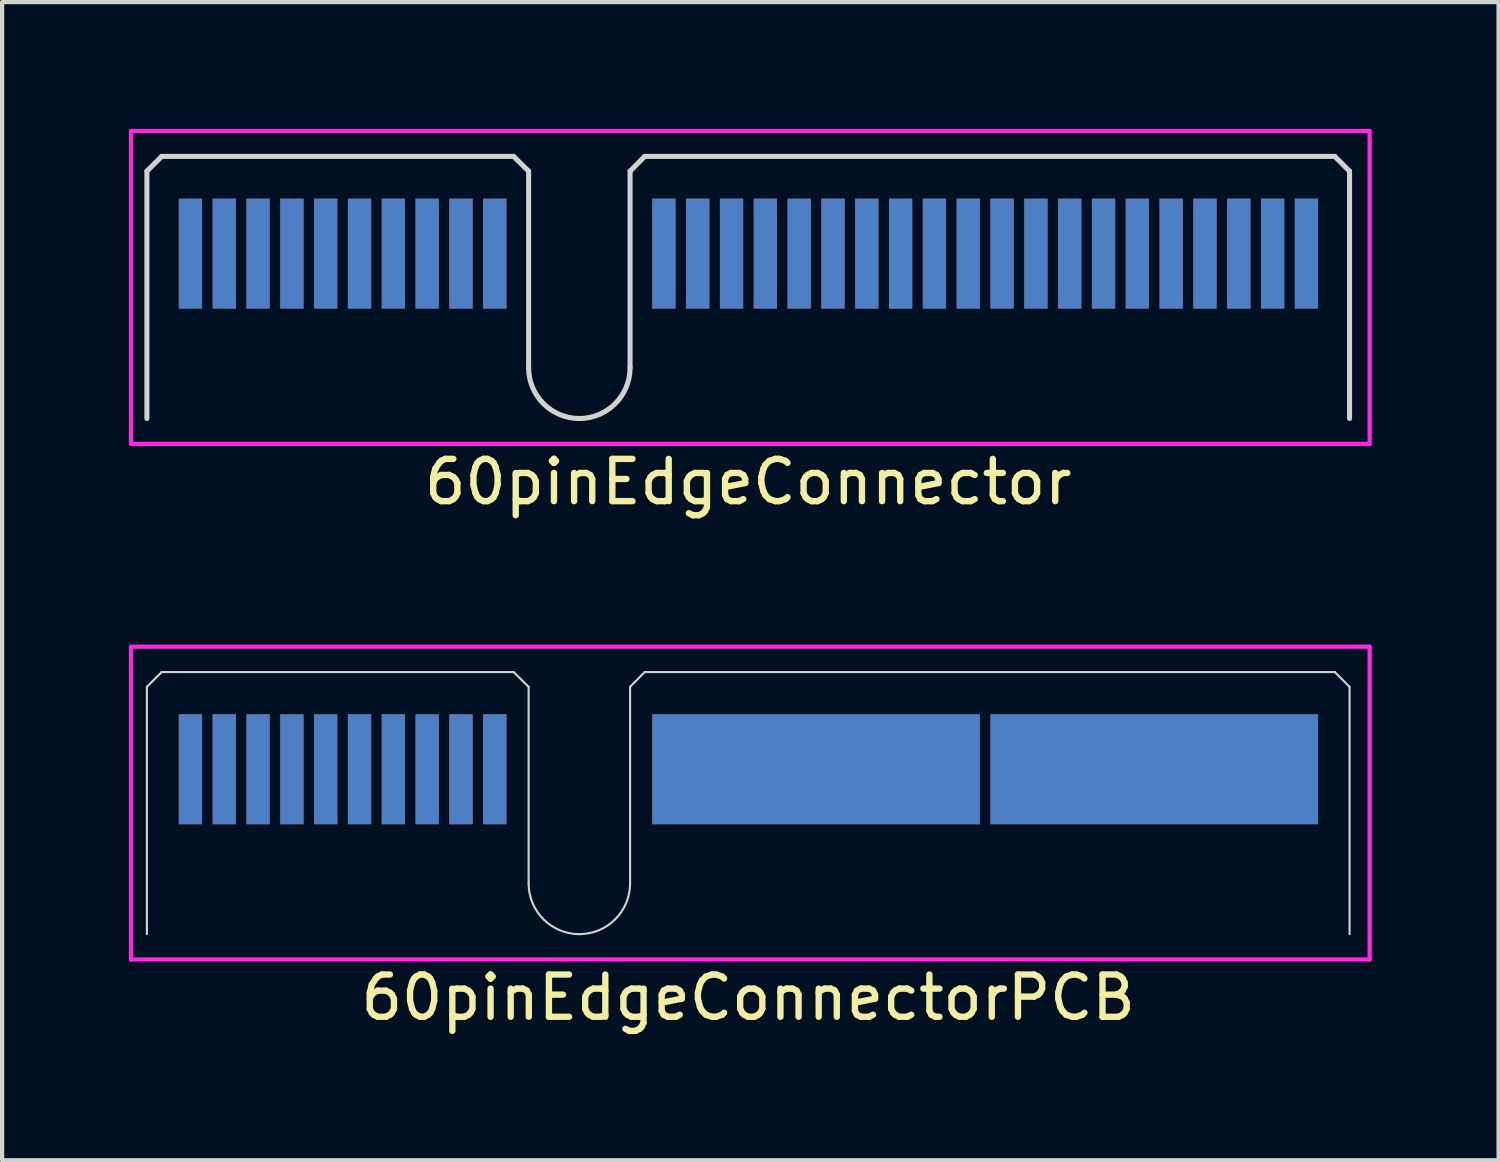
<source format=kicad_pcb>
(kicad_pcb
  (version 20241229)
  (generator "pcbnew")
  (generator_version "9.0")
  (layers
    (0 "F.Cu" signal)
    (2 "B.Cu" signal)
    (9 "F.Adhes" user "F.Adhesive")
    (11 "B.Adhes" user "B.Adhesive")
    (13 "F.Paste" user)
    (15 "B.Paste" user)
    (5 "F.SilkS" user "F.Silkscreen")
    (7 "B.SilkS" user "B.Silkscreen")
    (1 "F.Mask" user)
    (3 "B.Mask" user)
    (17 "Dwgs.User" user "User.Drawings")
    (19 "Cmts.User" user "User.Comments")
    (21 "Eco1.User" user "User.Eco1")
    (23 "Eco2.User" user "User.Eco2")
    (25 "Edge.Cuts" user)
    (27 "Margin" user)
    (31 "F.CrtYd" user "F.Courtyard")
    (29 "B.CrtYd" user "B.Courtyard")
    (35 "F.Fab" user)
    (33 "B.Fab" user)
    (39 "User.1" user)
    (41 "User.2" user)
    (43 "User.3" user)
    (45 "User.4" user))
  (footprint "60pinEdgeConnector"
    (layer "F.Cu")
    (at 14.65 3.75)
    (property "Reference" "60pinEdgeConnector" (at 0 4.6 0) (layer "F.SilkS") (effects (font (size 1 1) (thickness 0.15))))
    (attr through_hole)
    (fp_line (start -14.225 -2.75) (end -14.225 3.1) (stroke (width 0.12) (type solid)) (layer "Edge.Cuts"))
    (fp_line (start -13.875 -3.1) (end -14.225 -2.75) (stroke (width 0.12) (type solid)) (layer "Edge.Cuts"))
    (fp_line (start -13.875 -3.1) (end -5.55 -3.1) (stroke (width 0.12) (type solid)) (layer "Edge.Cuts"))
    (fp_line (start -5.55 -3.1) (end -5.195 -2.75) (stroke (width 0.12) (type solid)) (layer "Edge.Cuts"))
    (fp_line (start -5.195 -2.75) (end -5.195 1.9) (stroke (width 0.12) (type solid)) (layer "Edge.Cuts"))
    (fp_line (start -2.795 -2.75) (end -2.795 1.9) (stroke (width 0.12) (type solid)) (layer "Edge.Cuts"))
    (fp_line (start -2.45 -3.1) (end -2.795 -2.75) (stroke (width 0.12) (type solid)) (layer "Edge.Cuts"))
    (fp_line (start -2.45 -3.1) (end 13.875 -3.1) (stroke (width 0.12) (type solid)) (layer "Edge.Cuts"))
    (fp_line (start 13.875 -3.1) (end 14.225 -2.75) (stroke (width 0.12) (type solid)) (layer "Edge.Cuts"))
    (fp_line (start 14.225 -2.75) (end 14.225 3.1) (stroke (width 0.12) (type solid)) (layer "Edge.Cuts"))
    (fp_arc (start -3.995 3.1) (mid -4.843528 2.748528) (end -5.195 1.9) (stroke (width 0.12) (type solid)) (layer "Edge.Cuts"))
    (fp_arc (start -2.795 1.9) (mid -3.146472 2.748528) (end -3.995 3.1) (stroke (width 0.12) (type solid)) (layer "Edge.Cuts"))
    (fp_line (start -14.6 -3.7) (end -14.6 3.7) (stroke (width 0.1) (type solid)) (layer "F.CrtYd"))
    (fp_line (start -14.6 3.7) (end 14.7 3.7) (stroke (width 0.1) (type solid)) (layer "F.CrtYd"))
    (fp_line (start 14.7 -3.7) (end -14.6 -3.7) (stroke (width 0.1) (type solid)) (layer "F.CrtYd"))
    (fp_line (start 14.7 3.7) (end 14.7 -3.7) (stroke (width 0.1) (type solid)) (layer "F.CrtYd"))
    (pad "1" smd rect (at -13.195 -0.8) (size 0.55 2.6) (layers "F.Cu" "F.Mask" "F.Paste"))
    (pad "2" smd rect (at -12.395 -0.8) (size 0.55 2.6) (layers "F.Cu" "F.Mask" "F.Paste"))
    (pad "3" smd rect (at -11.595 -0.8) (size 0.55 2.6) (layers "F.Cu" "F.Mask" "F.Paste"))
    (pad "4" smd rect (at -10.795 -0.8) (size 0.55 2.6) (layers "F.Cu" "F.Mask" "F.Paste"))
    (pad "5" smd rect (at -9.995 -0.8) (size 0.55 2.6) (layers "F.Cu" "F.Mask" "F.Paste"))
    (pad "6" smd rect (at -9.195 -0.8) (size 0.55 2.6) (layers "F.Cu" "F.Mask" "F.Paste"))
    (pad "7" smd rect (at -8.395 -0.8) (size 0.55 2.6) (layers "F.Cu" "F.Mask" "F.Paste"))
    (pad "8" smd rect (at -7.595 -0.8) (size 0.55 2.6) (layers "F.Cu" "F.Mask" "F.Paste"))
    (pad "9" smd rect (at -6.795 -0.8) (size 0.55 2.6) (layers "F.Cu" "F.Mask" "F.Paste"))
    (pad "10" smd rect (at -5.995 -0.8) (size 0.55 2.6) (layers "F.Cu" "F.Mask" "F.Paste"))
    (pad "11" smd rect (at -1.995 -0.8) (size 0.55 2.6) (layers "F.Cu" "F.Mask" "F.Paste"))
    (pad "12" smd rect (at -1.195 -0.8) (size 0.55 2.6) (layers "F.Cu" "F.Mask" "F.Paste"))
    (pad "13" smd rect (at -0.395 -0.8) (size 0.55 2.6) (layers "F.Cu" "F.Mask" "F.Paste"))
    (pad "14" smd rect (at 0.405 -0.8) (size 0.55 2.6) (layers "F.Cu" "F.Mask" "F.Paste"))
    (pad "15" smd rect (at 1.205 -0.8) (size 0.55 2.6) (layers "F.Cu" "F.Mask" "F.Paste"))
    (pad "16" smd rect (at 2.005 -0.8) (size 0.55 2.6) (layers "F.Cu" "F.Mask" "F.Paste"))
    (pad "17" smd rect (at 2.805 -0.8) (size 0.55 2.6) (layers "F.Cu" "F.Mask" "F.Paste"))
    (pad "18" smd rect (at 3.605 -0.8) (size 0.55 2.6) (layers "F.Cu" "F.Mask" "F.Paste"))
    (pad "19" smd rect (at 4.405 -0.8) (size 0.55 2.6) (layers "F.Cu" "F.Mask" "F.Paste"))
    (pad "20" smd rect (at 5.205 -0.8) (size 0.55 2.6) (layers "F.Cu" "F.Mask" "F.Paste"))
    (pad "21" smd rect (at 6.005 -0.8) (size 0.55 2.6) (layers "F.Cu" "F.Mask" "F.Paste"))
    (pad "22" smd rect (at 6.805 -0.8) (size 0.55 2.6) (layers "F.Cu" "F.Mask" "F.Paste"))
    (pad "23" smd rect (at 7.605 -0.8) (size 0.55 2.6) (layers "F.Cu" "F.Mask" "F.Paste"))
    (pad "24" smd rect (at 8.405 -0.8) (size 0.55 2.6) (layers "F.Cu" "F.Mask" "F.Paste"))
    (pad "25" smd rect (at 9.205 -0.8) (size 0.55 2.6) (layers "F.Cu" "F.Mask" "F.Paste"))
    (pad "26" smd rect (at 10.005 -0.8) (size 0.55 2.6) (layers "F.Cu" "F.Mask" "F.Paste"))
    (pad "27" smd rect (at 10.805 -0.8) (size 0.55 2.6) (layers "F.Cu" "F.Mask" "F.Paste"))
    (pad "28" smd rect (at 11.605 -0.8) (size 0.55 2.6) (layers "F.Cu" "F.Mask" "F.Paste"))
    (pad "29" smd rect (at 12.405 -0.8) (size 0.55 2.6) (layers "F.Cu" "F.Mask" "F.Paste"))
    (pad "30" smd rect (at 13.205 -0.8) (size 0.55 2.6) (layers "F.Cu" "F.Mask" "F.Paste"))
    (pad "31" smd rect (at -13.195 -0.8) (size 0.55 2.6) (layers "B.Cu" "B.Mask" "B.Paste"))
    (pad "32" smd rect (at -12.395 -0.8) (size 0.55 2.6) (layers "B.Cu" "B.Mask" "B.Paste"))
    (pad "33" smd rect (at -11.595 -0.8) (size 0.55 2.6) (layers "B.Cu" "B.Mask" "B.Paste"))
    (pad "34" smd rect (at -10.795 -0.8) (size 0.55 2.6) (layers "B.Cu" "B.Mask" "B.Paste"))
    (pad "35" smd rect (at -9.995 -0.8) (size 0.55 2.6) (layers "B.Cu" "B.Mask" "B.Paste"))
    (pad "36" smd rect (at -9.195 -0.8) (size 0.55 2.6) (layers "B.Cu" "B.Mask" "B.Paste"))
    (pad "37" smd rect (at -8.395 -0.8) (size 0.55 2.6) (layers "B.Cu" "B.Mask" "B.Paste"))
    (pad "38" smd rect (at -7.595 -0.8) (size 0.55 2.6) (layers "B.Cu" "B.Mask" "B.Paste"))
    (pad "39" smd rect (at -6.795 -0.8) (size 0.55 2.6) (layers "B.Cu" "B.Mask" "B.Paste"))
    (pad "40" smd rect (at -5.995 -0.8) (size 0.55 2.6) (layers "B.Cu" "B.Mask" "B.Paste"))
    (pad "41" smd rect (at -1.995 -0.8) (size 0.55 2.6) (layers "B.Cu" "B.Mask" "B.Paste"))
    (pad "42" smd rect (at -1.195 -0.8) (size 0.55 2.6) (layers "B.Cu" "B.Mask" "B.Paste"))
    (pad "43" smd rect (at -0.395 -0.8) (size 0.55 2.6) (layers "B.Cu" "B.Mask" "B.Paste"))
    (pad "44" smd rect (at 0.405 -0.8) (size 0.55 2.6) (layers "B.Cu" "B.Mask" "B.Paste"))
    (pad "45" smd rect (at 1.205 -0.8) (size 0.55 2.6) (layers "B.Cu" "B.Mask" "B.Paste"))
    (pad "46" smd rect (at 2.005 -0.8) (size 0.55 2.6) (layers "B.Cu" "B.Mask" "B.Paste"))
    (pad "47" smd rect (at 2.805 -0.8) (size 0.55 2.6) (layers "B.Cu" "B.Mask" "B.Paste"))
    (pad "48" smd rect (at 3.605 -0.8) (size 0.55 2.6) (layers "B.Cu" "B.Mask" "B.Paste"))
    (pad "49" smd rect (at 4.405 -0.8) (size 0.55 2.6) (layers "B.Cu" "B.Mask" "B.Paste"))
    (pad "50" smd rect (at 5.205 -0.8) (size 0.55 2.6) (layers "B.Cu" "B.Mask" "B.Paste"))
    (pad "51" smd rect (at 6.005 -0.8) (size 0.55 2.6) (layers "B.Cu" "B.Mask" "B.Paste"))
    (pad "52" smd rect (at 6.805 -0.8) (size 0.55 2.6) (layers "B.Cu" "B.Mask" "B.Paste"))
    (pad "53" smd rect (at 7.605 -0.8) (size 0.55 2.6) (layers "B.Cu" "B.Mask" "B.Paste"))
    (pad "54" smd rect (at 8.405 -0.8) (size 0.55 2.6) (layers "B.Cu" "B.Mask" "B.Paste"))
    (pad "55" smd rect (at 9.205 -0.8) (size 0.55 2.6) (layers "B.Cu" "B.Mask" "B.Paste"))
    (pad "56" smd rect (at 10.005 -0.8) (size 0.55 2.6) (layers "B.Cu" "B.Mask" "B.Paste"))
    (pad "57" smd rect (at 10.805 -0.8) (size 0.55 2.6) (layers "B.Cu" "B.Mask" "B.Paste"))
    (pad "58" smd rect (at 11.605 -0.8) (size 0.55 2.6) (layers "B.Cu" "B.Mask" "B.Paste"))
    (pad "59" smd rect (at 12.405 -0.8) (size 0.55 2.6) (layers "B.Cu" "B.Mask" "B.Paste"))
    (pad "60" smd rect (at 13.205 -0.8) (size 0.55 2.6) (layers "B.Cu" "B.Mask" "B.Paste")))
  (footprint "60pinEdgeConnectorPCB"
    (layer "F.Cu")
    (at 14.65 15.948)
    (property "Reference" "60pinEdgeConnectorPCB" (at 0 4.6 0) (layer "F.SilkS") (effects (font (size 1 1) (thickness 0.15))))
    (attr through_hole)
    (fp_line (start -14.225 -2.75) (end -14.225 3.1) (stroke (width 0.05) (type solid)) (layer "Edge.Cuts"))
    (fp_line (start -13.875 -3.1) (end -14.225 -2.75) (stroke (width 0.05) (type solid)) (layer "Edge.Cuts"))
    (fp_line (start -13.875 -3.1) (end -5.55 -3.1) (stroke (width 0.05) (type solid)) (layer "Edge.Cuts"))
    (fp_line (start -5.55 -3.1) (end -5.195 -2.75) (stroke (width 0.05) (type solid)) (layer "Edge.Cuts"))
    (fp_line (start -5.195 -2.75) (end -5.195 1.9) (stroke (width 0.05) (type solid)) (layer "Edge.Cuts"))
    (fp_line (start -2.795 -2.75) (end -2.795 1.9) (stroke (width 0.05) (type solid)) (layer "Edge.Cuts"))
    (fp_line (start -2.45 -3.1) (end -2.795 -2.75) (stroke (width 0.05) (type solid)) (layer "Edge.Cuts"))
    (fp_line (start -2.45 -3.1) (end 13.875 -3.1) (stroke (width 0.05) (type solid)) (layer "Edge.Cuts"))
    (fp_line (start 13.875 -3.1) (end 14.225 -2.75) (stroke (width 0.05) (type solid)) (layer "Edge.Cuts"))
    (fp_line (start 14.225 -2.75) (end 14.225 3.1) (stroke (width 0.05) (type solid)) (layer "Edge.Cuts"))
    (fp_arc (start -3.995 3.1) (mid -4.843528 2.748528) (end -5.195 1.9) (stroke (width 0.05) (type solid)) (layer "Edge.Cuts"))
    (fp_arc (start -2.795 1.9) (mid -3.146472 2.748528) (end -3.995 3.1) (stroke (width 0.05) (type solid)) (layer "Edge.Cuts"))
    (fp_line (start -14.6 -3.7) (end -14.6 3.7) (stroke (width 0.1) (type solid)) (layer "F.CrtYd"))
    (fp_line (start -14.6 3.7) (end 14.7 3.7) (stroke (width 0.1) (type solid)) (layer "F.CrtYd"))
    (fp_line (start 14.7 -3.7) (end -14.6 -3.7) (stroke (width 0.1) (type solid)) (layer "F.CrtYd"))
    (fp_line (start 14.7 3.7) (end 14.7 -3.7) (stroke (width 0.1) (type solid)) (layer "F.CrtYd"))
    (pad "1" smd rect (at -13.195 -0.8) (size 0.55 2.6) (layers "F.Cu" "F.Mask" "F.Paste"))
    (pad "2" smd rect (at -12.395 -0.8) (size 0.55 2.6) (layers "F.Cu" "F.Mask" "F.Paste"))
    (pad "3" smd rect (at -11.595 -0.8) (size 0.55 2.6) (layers "F.Cu" "F.Mask" "F.Paste"))
    (pad "4" smd rect (at -10.795 -0.8) (size 0.55 2.6) (layers "F.Cu" "F.Mask" "F.Paste"))
    (pad "5" smd rect (at -9.995 -0.8) (size 0.55 2.6) (layers "F.Cu" "F.Mask" "F.Paste"))
    (pad "6" smd rect (at -9.195 -0.8) (size 0.55 2.6) (layers "F.Cu" "F.Mask" "F.Paste"))
    (pad "7" smd rect (at -8.395 -0.8) (size 0.55 2.6) (layers "F.Cu" "F.Mask" "F.Paste"))
    (pad "8" smd rect (at -7.595 -0.8) (size 0.55 2.6) (layers "F.Cu" "F.Mask" "F.Paste"))
    (pad "9" smd rect (at -6.795 -0.8) (size 0.55 2.6) (layers "F.Cu" "F.Mask" "F.Paste"))
    (pad "10" smd rect (at -5.995 -0.8) (size 0.55 2.6) (layers "F.Cu" "F.Mask" "F.Paste"))
    (pad "11" smd rect (at -13.195 -0.8) (size 0.55 2.6) (layers "B.Cu" "B.Mask" "B.Paste"))
    (pad "12" smd rect (at -12.395 -0.8) (size 0.55 2.6) (layers "B.Cu" "B.Mask" "B.Paste"))
    (pad "13" smd rect (at -11.595 -0.8) (size 0.55 2.6) (layers "B.Cu" "B.Mask" "B.Paste"))
    (pad "14" smd rect (at -10.795 -0.8) (size 0.55 2.6) (layers "B.Cu" "B.Mask" "B.Paste"))
    (pad "15" smd rect (at -9.995 -0.8) (size 0.55 2.6) (layers "B.Cu" "B.Mask" "B.Paste"))
    (pad "16" smd rect (at -9.195 -0.8) (size 0.55 2.6) (layers "B.Cu" "B.Mask" "B.Paste"))
    (pad "17" smd rect (at -8.395 -0.8) (size 0.55 2.6) (layers "B.Cu" "B.Mask" "B.Paste"))
    (pad "18" smd rect (at -7.595 -0.8) (size 0.55 2.6) (layers "B.Cu" "B.Mask" "B.Paste"))
    (pad "19" smd rect (at -6.795 -0.8) (size 0.55 2.6) (layers "B.Cu" "B.Mask" "B.Paste"))
    (pad "20" smd rect (at -5.995 -0.8) (size 0.55 2.6) (layers "B.Cu" "B.Mask" "B.Paste"))
    (pad "A" smd rect (at 1.605 -0.8) (size 7.75 2.6) (layers "F.Cu" "F.Mask" "F.Paste"))
    (pad "A" smd rect (at 1.605 -0.8) (size 7.75 2.6) (layers "B.Cu" "B.Mask" "B.Paste"))
    (pad "B" smd rect (at 9.605 -0.8) (size 7.75 2.6) (layers "F.Cu" "F.Mask" "F.Paste"))
    (pad "B" smd rect (at 9.605 -0.8) (size 7.75 2.6) (layers "B.Cu" "B.Mask" "B.Paste")))
  (gr_rect
    (start -3 -3)
    (end 32.4 24.396)
    (stroke (width 0.1) (type default))
    (fill no)
    (layer "Edge.Cuts")))
</source>
